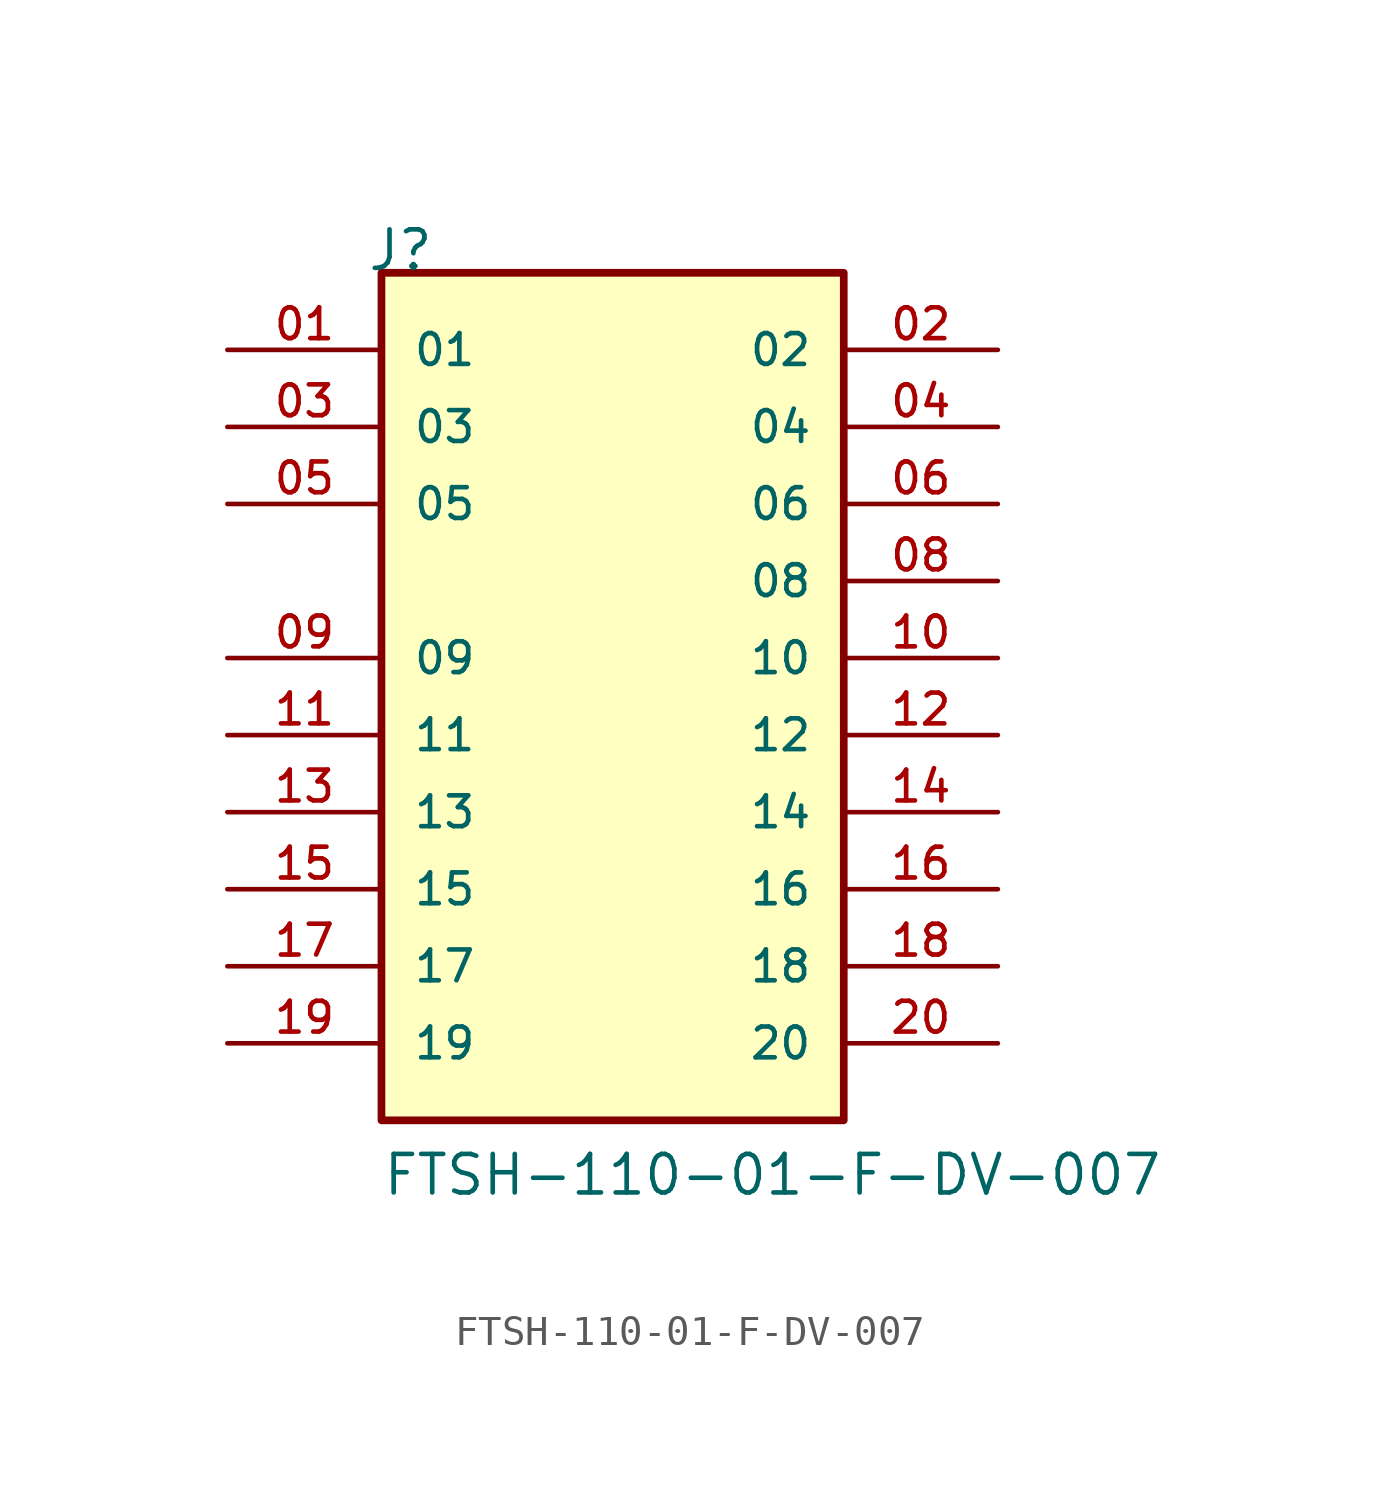
<source format=kicad_sym>
(kicad_symbol_lib
  (version 20211014)
  (generator kicad_symbol_editor)
  (symbol "FTSH-110-01-F-DV-007"
    (pin_names
      (offset 1.016))
    (property "Reference" "J"
      (at -8.12 15.24 0)
      (effects (font (size 1.27 1.27)) (justify bottom left)))
    (property "Value" "FTSH-110-01-F-DV-007"
      (at -7.62 -15.24 0)
      (effects (font (size 1.27 1.27)) (justify bottom left)))
    (symbol "FTSH-110-01-F-DV-007_0_0"
      (rectangle (start -7.62 -12.7) (end 7.62 15.24) (stroke (width 0.254)) (fill (type background)))
      (pin passive line (at -12.7 12.7 0) (length 5.08) (name "01" (effects (font (size 1.016 1.016)))) (number "01" (effects (font (size 1.016 1.016)))))
      (pin passive line (at 12.7 12.7 180.0) (length 5.08) (name "02" (effects (font (size 1.016 1.016)))) (number "02" (effects (font (size 1.016 1.016)))))
      (pin passive line (at -12.7 10.16 0) (length 5.08) (name "03" (effects (font (size 1.016 1.016)))) (number "03" (effects (font (size 1.016 1.016)))))
      (pin passive line (at 12.7 10.16 180.0) (length 5.08) (name "04" (effects (font (size 1.016 1.016)))) (number "04" (effects (font (size 1.016 1.016)))))
      (pin passive line (at -12.7 7.62 0) (length 5.08) (name "05" (effects (font (size 1.016 1.016)))) (number "05" (effects (font (size 1.016 1.016)))))
      (pin passive line (at 12.7 7.62 180.0) (length 5.08) (name "06" (effects (font (size 1.016 1.016)))) (number "06" (effects (font (size 1.016 1.016)))))
      (pin passive line (at 12.7 5.08 180.0) (length 5.08) (name "08" (effects (font (size 1.016 1.016)))) (number "08" (effects (font (size 1.016 1.016)))))
      (pin passive line (at -12.7 2.54 0) (length 5.08) (name "09" (effects (font (size 1.016 1.016)))) (number "09" (effects (font (size 1.016 1.016)))))
      (pin passive line (at 12.7 2.54 180.0) (length 5.08) (name "10" (effects (font (size 1.016 1.016)))) (number "10" (effects (font (size 1.016 1.016)))))
      (pin passive line (at -12.7 0.0 0) (length 5.08) (name "11" (effects (font (size 1.016 1.016)))) (number "11" (effects (font (size 1.016 1.016)))))
      (pin passive line (at 12.7 0.0 180.0) (length 5.08) (name "12" (effects (font (size 1.016 1.016)))) (number "12" (effects (font (size 1.016 1.016)))))
      (pin passive line (at -12.7 -2.54 0) (length 5.08) (name "13" (effects (font (size 1.016 1.016)))) (number "13" (effects (font (size 1.016 1.016)))))
      (pin passive line (at 12.7 -2.54 180.0) (length 5.08) (name "14" (effects (font (size 1.016 1.016)))) (number "14" (effects (font (size 1.016 1.016)))))
      (pin passive line (at -12.7 -5.08 0) (length 5.08) (name "15" (effects (font (size 1.016 1.016)))) (number "15" (effects (font (size 1.016 1.016)))))
      (pin passive line (at 12.7 -5.08 180.0) (length 5.08) (name "16" (effects (font (size 1.016 1.016)))) (number "16" (effects (font (size 1.016 1.016)))))
      (pin passive line (at -12.7 -7.62 0) (length 5.08) (name "17" (effects (font (size 1.016 1.016)))) (number "17" (effects (font (size 1.016 1.016)))))
      (pin passive line (at 12.7 -7.62 180.0) (length 5.08) (name "18" (effects (font (size 1.016 1.016)))) (number "18" (effects (font (size 1.016 1.016)))))
      (pin passive line (at -12.7 -10.16 0) (length 5.08) (name "19" (effects (font (size 1.016 1.016)))) (number "19" (effects (font (size 1.016 1.016)))))
      (pin passive line (at 12.7 -10.16 180.0) (length 5.08) (name "20" (effects (font (size 1.016 1.016)))) (number "20" (effects (font (size 1.016 1.016))))))))
</source>
